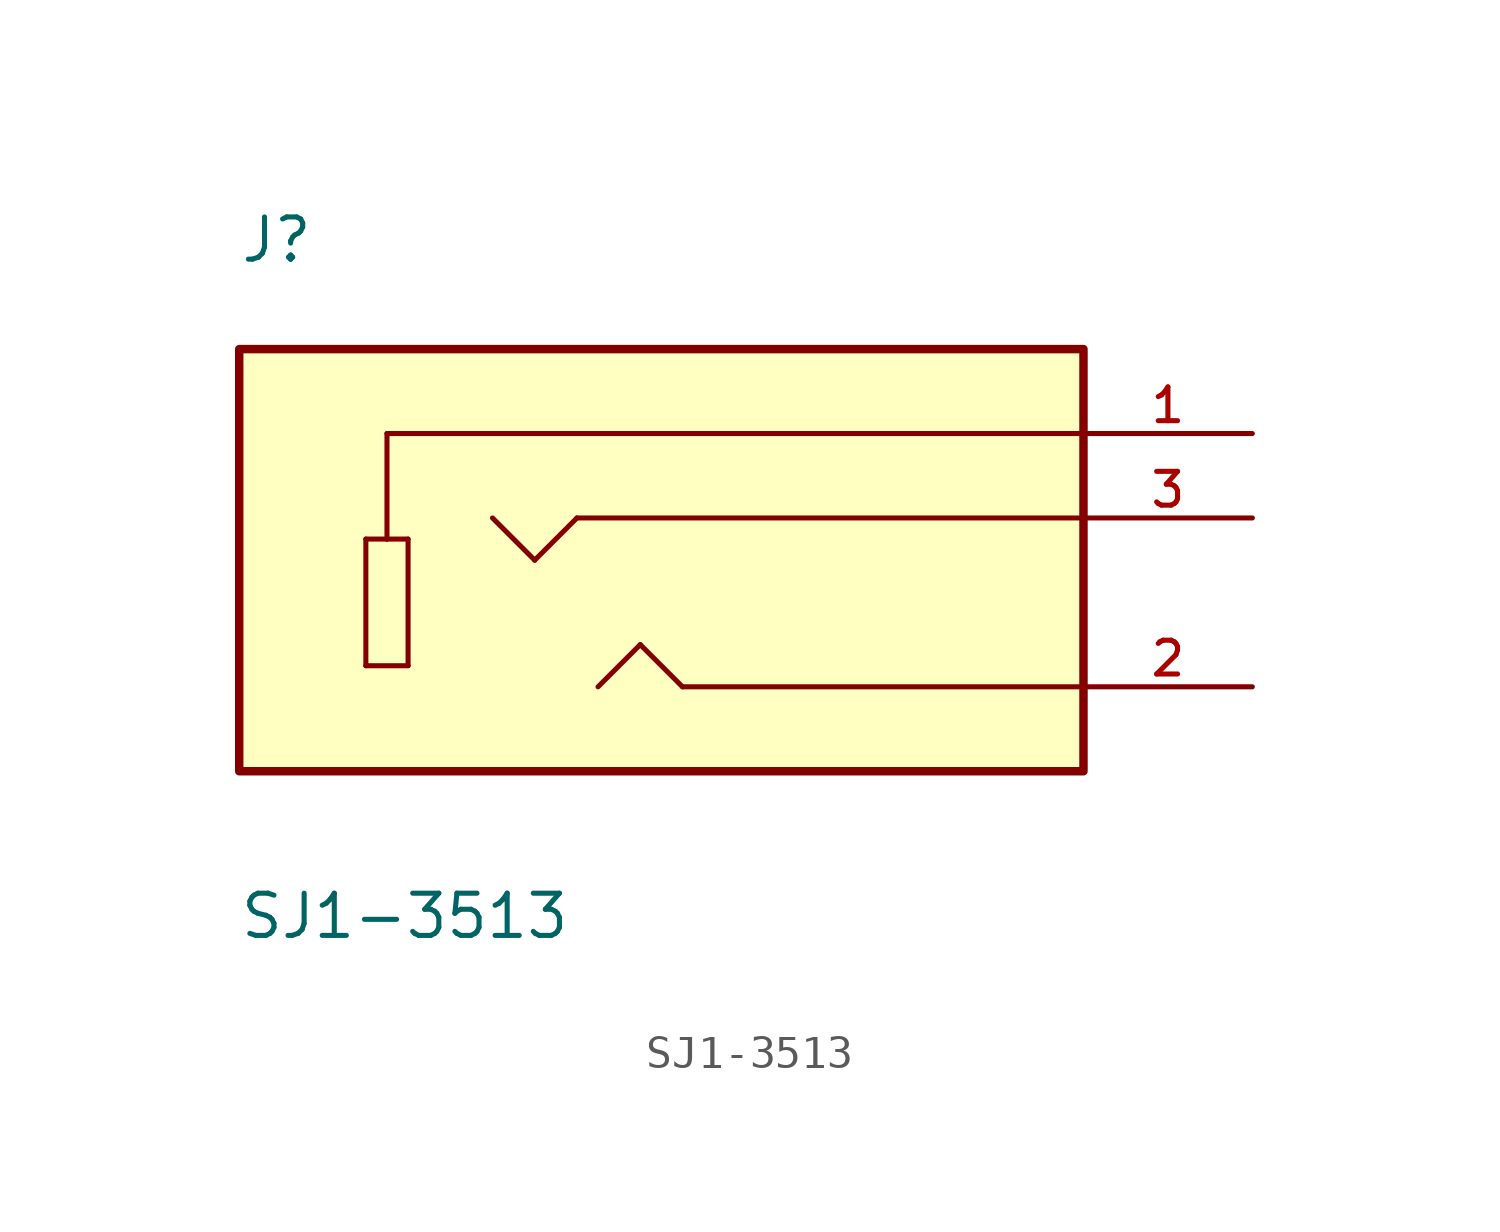
<source format=kicad_sym>
(kicad_symbol_lib
  (version 20211014)
  (generator kicad_symbol_editor)
  (symbol "SJ1-3513"
    (pin_names
      (offset 1.016))
    (property "Reference" "J"
      (at -12.705 7.623 0)
      (effects (font (size 1.27 1.27)) (justify bottom left)))
    (property "Value" "SJ1-3513"
      (at -12.722 -12.722 0)
      (effects (font (size 1.27 1.27)) (justify bottom left)))
    (symbol "SJ1-3513_0_0"
      (polyline (pts (xy 12.7 2.54) (xy -8.255 2.54)) (stroke (width 0.152)))
      (polyline (pts (xy -8.255 2.54) (xy -8.255 -0.635)) (stroke (width 0.152)))
      (polyline (pts (xy -8.255 -0.635) (xy -8.89 -0.635)) (stroke (width 0.152)))
      (polyline (pts (xy -8.89 -0.635) (xy -8.89 -4.445)) (stroke (width 0.152)))
      (polyline (pts (xy -8.89 -4.445) (xy -7.62 -4.445)) (stroke (width 0.152)))
      (polyline (pts (xy -7.62 -4.445) (xy -7.62 -0.635)) (stroke (width 0.152)))
      (polyline (pts (xy -7.62 -0.635) (xy -8.255 -0.635)) (stroke (width 0.152)))
      (polyline (pts (xy 12.7 0.0) (xy -2.54 0.0)) (stroke (width 0.152)))
      (polyline (pts (xy -2.54 0.0) (xy -3.81 -1.27)) (stroke (width 0.152)))
      (polyline (pts (xy -3.81 -1.27) (xy -5.08 0.0)) (stroke (width 0.152)))
      (polyline (pts (xy 12.7 -5.08) (xy 0.635 -5.08)) (stroke (width 0.152)))
      (polyline (pts (xy 0.635 -5.08) (xy -0.635 -3.81)) (stroke (width 0.152)))
      (polyline (pts (xy -0.635 -3.81) (xy -1.905 -5.08)) (stroke (width 0.152)))
      (rectangle (start -12.7 -7.62) (end 12.7 5.08) (stroke (width 0.254)) (fill (type background)))
      (pin passive line (at 17.78 2.54 180.0) (length 5.08) (name "~" (effects (font (size 1.016 1.016)))) (number "1" (effects (font (size 1.016 1.016)))))
      (pin passive line (at 17.78 0.0 180.0) (length 5.08) (name "~" (effects (font (size 1.016 1.016)))) (number "3" (effects (font (size 1.016 1.016)))))
      (pin passive line (at 17.78 -5.08 180.0) (length 5.08) (name "~" (effects (font (size 1.016 1.016)))) (number "2" (effects (font (size 1.016 1.016))))))))
</source>
